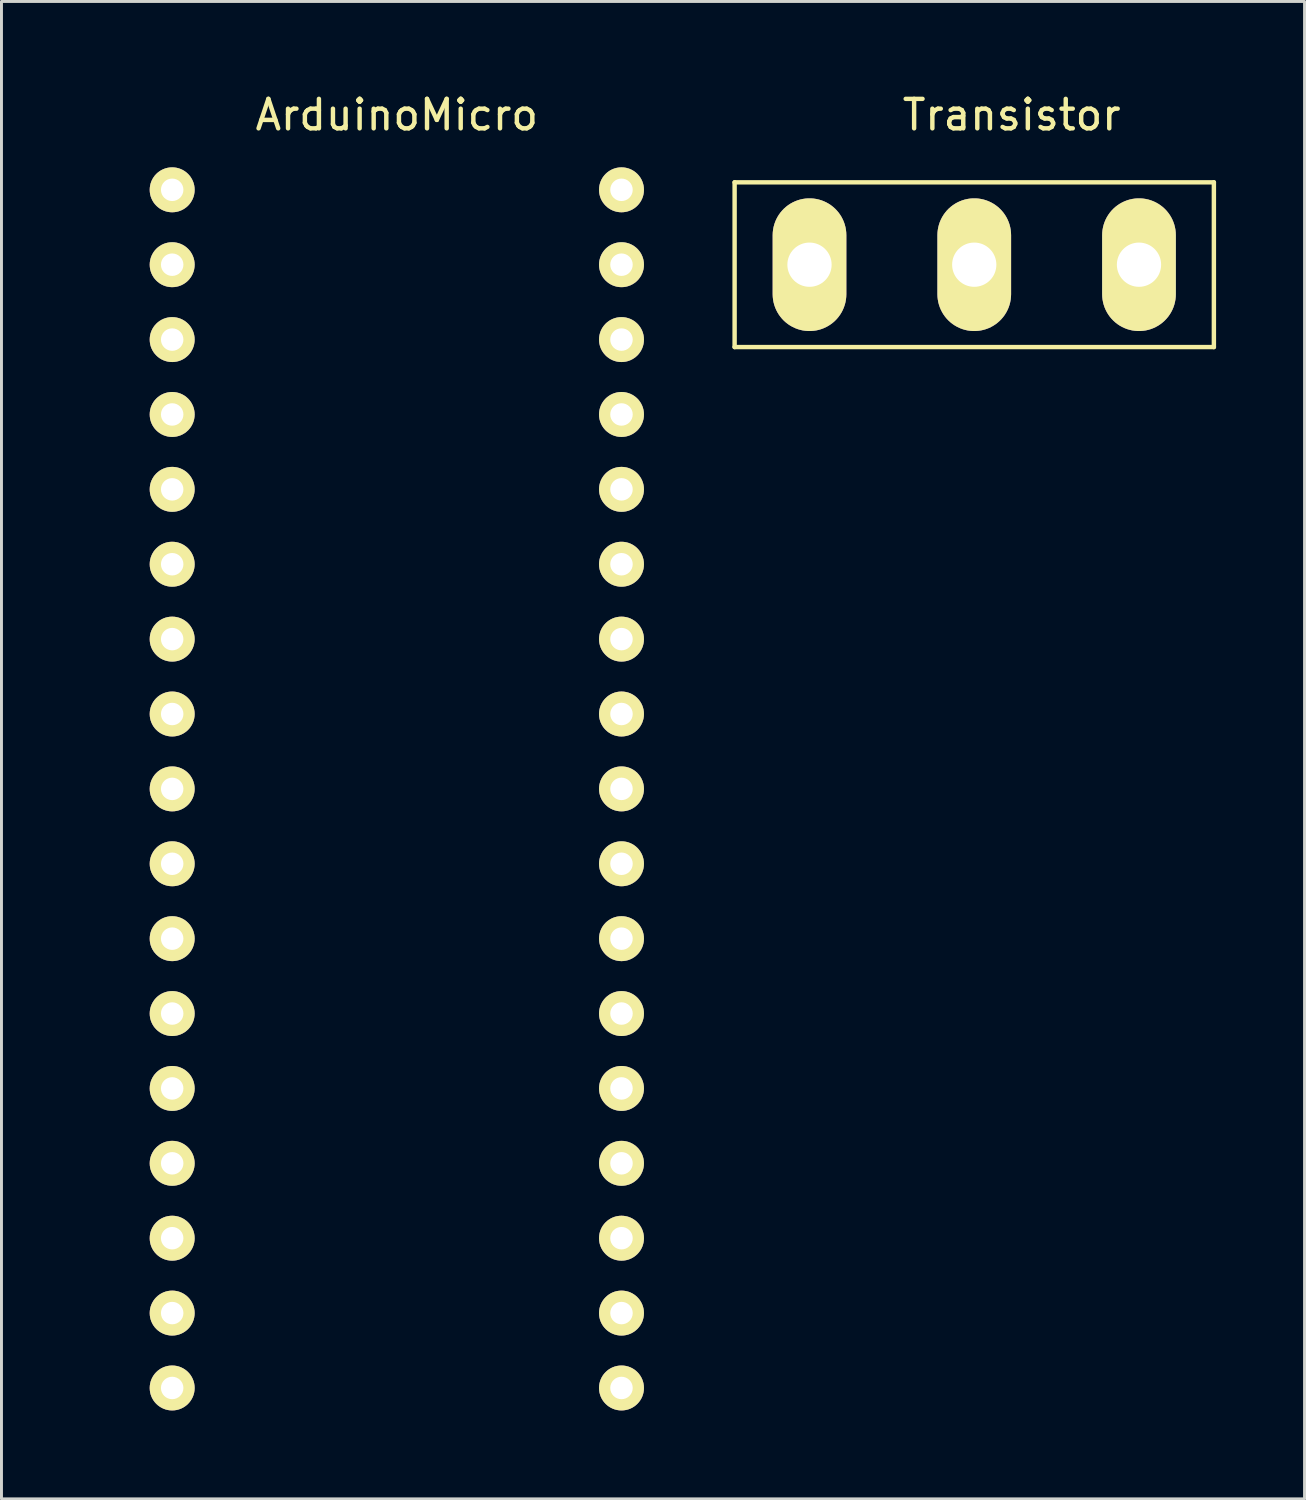
<source format=kicad_pcb>
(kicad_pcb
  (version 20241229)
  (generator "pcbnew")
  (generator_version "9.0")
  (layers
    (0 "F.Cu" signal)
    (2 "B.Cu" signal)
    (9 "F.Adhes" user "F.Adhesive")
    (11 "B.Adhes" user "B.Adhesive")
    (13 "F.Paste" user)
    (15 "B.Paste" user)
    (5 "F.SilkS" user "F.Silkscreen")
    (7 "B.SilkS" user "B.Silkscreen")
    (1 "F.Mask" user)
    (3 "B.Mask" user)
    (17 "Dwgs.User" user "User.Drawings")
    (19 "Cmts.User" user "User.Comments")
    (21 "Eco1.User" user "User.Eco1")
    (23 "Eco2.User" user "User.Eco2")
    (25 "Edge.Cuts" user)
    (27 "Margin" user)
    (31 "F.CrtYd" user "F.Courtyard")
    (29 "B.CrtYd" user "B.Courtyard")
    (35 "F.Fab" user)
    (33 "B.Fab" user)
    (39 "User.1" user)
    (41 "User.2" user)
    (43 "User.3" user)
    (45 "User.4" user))
  (footprint "ArduinoMicro"
    (layer "F.Cu")
    (at 0.25 3.388)
    (property "Reference" "ArduinoMicro" (at 10.16 -2.54 0) (layer "F.SilkS") (effects (font (size 1 1) (thickness 0.15))))
    (attr through_hole)
    (pad "1" thru_hole circle (at 2.54 0) (size 1.524 1.524) (drill 0.762) (layers "*.Cu" "*.Mask" "F.SilkS"))
    (pad "2" thru_hole circle (at 2.54 2.54) (size 1.524 1.524) (drill 0.762) (layers "*.Cu" "*.Mask" "F.SilkS"))
    (pad "3" thru_hole circle (at 2.54 5.08) (size 1.524 1.524) (drill 0.762) (layers "*.Cu" "*.Mask" "F.SilkS"))
    (pad "4" thru_hole circle (at 2.54 7.62) (size 1.524 1.524) (drill 0.762) (layers "*.Cu" "*.Mask" "F.SilkS"))
    (pad "5" thru_hole circle (at 2.54 10.16) (size 1.524 1.524) (drill 0.762) (layers "*.Cu" "*.Mask" "F.SilkS"))
    (pad "6" thru_hole circle (at 2.54 12.7) (size 1.524 1.524) (drill 0.762) (layers "*.Cu" "*.Mask" "F.SilkS"))
    (pad "7" thru_hole circle (at 2.54 15.24) (size 1.524 1.524) (drill 0.762) (layers "*.Cu" "*.Mask" "F.SilkS"))
    (pad "8" thru_hole circle (at 2.54 17.78) (size 1.524 1.524) (drill 0.762) (layers "*.Cu" "*.Mask" "F.SilkS"))
    (pad "9" thru_hole circle (at 2.54 20.32) (size 1.524 1.524) (drill 0.762) (layers "*.Cu" "*.Mask" "F.SilkS"))
    (pad "10" thru_hole circle (at 2.54 22.86) (size 1.524 1.524) (drill 0.762) (layers "*.Cu" "*.Mask" "F.SilkS"))
    (pad "11" thru_hole circle (at 2.54 25.4) (size 1.524 1.524) (drill 0.762) (layers "*.Cu" "*.Mask" "F.SilkS"))
    (pad "12" thru_hole circle (at 2.54 27.94) (size 1.524 1.524) (drill 0.762) (layers "*.Cu" "*.Mask" "F.SilkS"))
    (pad "13" thru_hole circle (at 2.54 30.48) (size 1.524 1.524) (drill 0.762) (layers "*.Cu" "*.Mask" "F.SilkS"))
    (pad "14" thru_hole circle (at 2.54 33.02) (size 1.524 1.524) (drill 0.762) (layers "*.Cu" "*.Mask" "F.SilkS"))
    (pad "15" thru_hole circle (at 2.54 35.56) (size 1.524 1.524) (drill 0.762) (layers "*.Cu" "*.Mask" "F.SilkS"))
    (pad "16" thru_hole circle (at 2.54 38.1) (size 1.524 1.524) (drill 0.762) (layers "*.Cu" "*.Mask" "F.SilkS"))
    (pad "17" thru_hole circle (at 2.54 40.64) (size 1.524 1.524) (drill 0.762) (layers "*.Cu" "*.Mask" "F.SilkS"))
    (pad "18" thru_hole circle (at 17.78 40.64) (size 1.524 1.524) (drill 0.762) (layers "*.Cu" "*.Mask" "F.SilkS"))
    (pad "19" thru_hole circle (at 17.78 38.1) (size 1.524 1.524) (drill 0.762) (layers "*.Cu" "*.Mask" "F.SilkS"))
    (pad "20" thru_hole circle (at 17.78 35.56) (size 1.524 1.524) (drill 0.762) (layers "*.Cu" "*.Mask" "F.SilkS"))
    (pad "21" thru_hole circle (at 17.78 33.02) (size 1.524 1.524) (drill 0.762) (layers "*.Cu" "*.Mask" "F.SilkS"))
    (pad "22" thru_hole circle (at 17.78 30.48) (size 1.524 1.524) (drill 0.762) (layers "*.Cu" "*.Mask" "F.SilkS"))
    (pad "23" thru_hole circle (at 17.78 27.94) (size 1.524 1.524) (drill 0.762) (layers "*.Cu" "*.Mask" "F.SilkS"))
    (pad "24" thru_hole circle (at 17.78 25.4) (size 1.524 1.524) (drill 0.762) (layers "*.Cu" "*.Mask" "F.SilkS"))
    (pad "25" thru_hole circle (at 17.78 22.86) (size 1.524 1.524) (drill 0.762) (layers "*.Cu" "*.Mask" "F.SilkS"))
    (pad "26" thru_hole circle (at 17.78 20.32) (size 1.524 1.524) (drill 0.762) (layers "*.Cu" "*.Mask" "F.SilkS"))
    (pad "27" thru_hole circle (at 17.78 17.78) (size 1.524 1.524) (drill 0.762) (layers "*.Cu" "*.Mask" "F.SilkS"))
    (pad "28" thru_hole circle (at 17.78 15.24) (size 1.524 1.524) (drill 0.762) (layers "*.Cu" "*.Mask" "F.SilkS"))
    (pad "29" thru_hole circle (at 17.78 12.7) (size 1.524 1.524) (drill 0.762) (layers "*.Cu" "*.Mask" "F.SilkS"))
    (pad "30" thru_hole circle (at 17.78 10.16) (size 1.524 1.524) (drill 0.762) (layers "*.Cu" "*.Mask" "F.SilkS"))
    (pad "31" thru_hole circle (at 17.78 7.62) (size 1.524 1.524) (drill 0.762) (layers "*.Cu" "*.Mask" "F.SilkS"))
    (pad "32" thru_hole circle (at 17.78 5.08) (size 1.524 1.524) (drill 0.762) (layers "*.Cu" "*.Mask" "F.SilkS"))
    (pad "33" thru_hole circle (at 17.78 2.54) (size 1.524 1.524) (drill 0.762) (layers "*.Cu" "*.Mask" "F.SilkS"))
    (pad "34" thru_hole circle (at 17.78 0) (size 1.524 1.524) (drill 0.762) (layers "*.Cu" "*.Mask" "F.SilkS")))
  (footprint "Transistor"
    (layer "F.Cu")
    (at 29.995 5.928)
    (property "Reference" "Transistor" (at 1.27 -5.08 0) (layer "F.SilkS") (effects (font (size 1 1) (thickness 0.15))))
    (attr through_hole)
    (fp_line (start -8.128 -2.794) (end -8.128 2.794) (stroke (width 0.15) (type solid)) (layer "F.SilkS"))
    (fp_line (start -8.128 2.794) (end 8.128 2.794) (stroke (width 0.15) (type solid)) (layer "F.SilkS"))
    (fp_line (start 8.128 -2.794) (end -8.128 -2.794) (stroke (width 0.15) (type solid)) (layer "F.SilkS"))
    (fp_line (start 8.128 2.794) (end 8.128 -2.794) (stroke (width 0.15) (type solid)) (layer "F.SilkS"))
    (pad "1" thru_hole oval (at 0 0 90) (size 4.501 2.499) (drill 1.501) (layers "*.Cu" "*.Mask" "F.SilkS"))
    (pad "2" thru_hole oval (at 5.588 0 90) (size 4.501 2.499) (drill 1.501) (layers "*.Cu" "*.Mask" "F.SilkS"))
    (pad "3" thru_hole oval (at -5.588 0 90) (size 4.501 2.499) (drill 1.501) (layers "*.Cu" "*.Mask" "F.SilkS")))
  (gr_rect
    (start -3 -3)
    (end 41.198 47.79)
    (stroke (width 0.1) (type default))
    (fill no)
    (layer "Edge.Cuts")))
</source>
